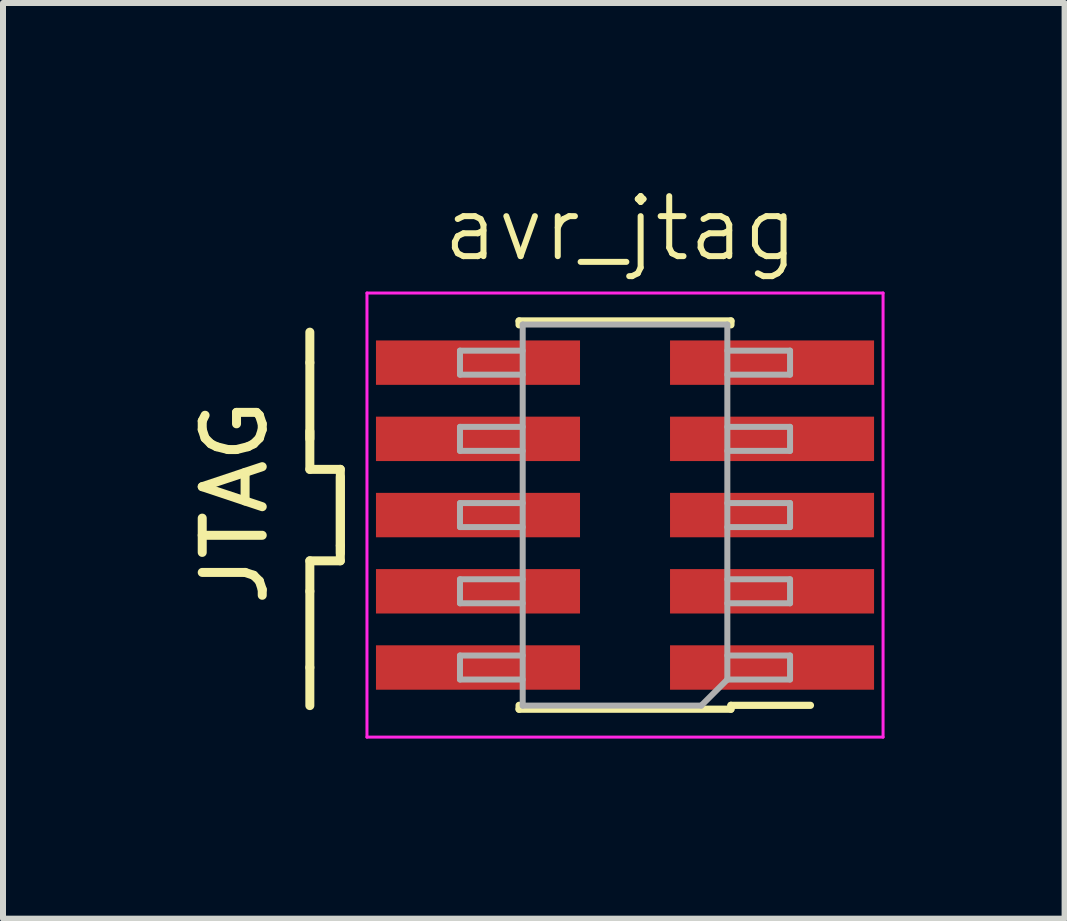
<source format=kicad_pcb>
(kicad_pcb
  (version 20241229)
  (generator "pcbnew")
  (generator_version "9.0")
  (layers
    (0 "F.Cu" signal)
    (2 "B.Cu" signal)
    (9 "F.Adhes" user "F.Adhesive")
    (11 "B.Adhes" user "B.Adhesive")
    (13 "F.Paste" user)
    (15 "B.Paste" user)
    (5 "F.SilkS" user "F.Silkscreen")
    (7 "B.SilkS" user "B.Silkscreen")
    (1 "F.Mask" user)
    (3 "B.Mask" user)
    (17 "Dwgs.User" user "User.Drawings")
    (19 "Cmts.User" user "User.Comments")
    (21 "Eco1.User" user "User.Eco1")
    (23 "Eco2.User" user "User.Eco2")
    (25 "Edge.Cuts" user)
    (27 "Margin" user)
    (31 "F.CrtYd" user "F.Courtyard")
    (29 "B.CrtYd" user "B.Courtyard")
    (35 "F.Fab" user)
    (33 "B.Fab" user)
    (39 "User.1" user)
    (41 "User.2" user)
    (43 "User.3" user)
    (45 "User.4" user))
  (footprint "avr_jtag"
    (layer "F.Cu")
    (at 7.546 5.587)
    (property "Reference" "avr_jtag" (at -0.254 -4.826 0) (unlocked yes) (layer "F.SilkS") (effects (font (size 1 1) (thickness 0.1))))
    (attr smd)
    (fp_line (start -5.433 -2.594) (end -5.433 -3.102) (stroke (width 0.15) (type default)) (layer "F.SilkS"))
    (fp_line (start -5.433 -2.594) (end -5.433 -1.324) (stroke (width 0.15) (type default)) (layer "F.SilkS"))
    (fp_line (start -5.433 -0.816) (end -5.433 -1.451) (stroke (width 0.15) (type default)) (layer "F.SilkS"))
    (fp_line (start -5.433 0.708) (end -5.433 1.216) (stroke (width 0.15) (type default)) (layer "F.SilkS"))
    (fp_line (start -5.433 0.708) (end -4.925 0.708) (stroke (width 0.15) (type default)) (layer "F.SilkS"))
    (fp_line (start -5.433 1.216) (end -5.433 2.486) (stroke (width 0.15) (type default)) (layer "F.SilkS"))
    (fp_line (start -5.433 2.486) (end -5.433 3.121) (stroke (width 0.15) (type default)) (layer "F.SilkS"))
    (fp_line (start -4.925 -0.816) (end -5.433 -0.816) (stroke (width 0.15) (type default)) (layer "F.SilkS"))
    (fp_line (start -4.925 0.454) (end -4.925 -0.816) (stroke (width 0.15) (type default)) (layer "F.SilkS"))
    (fp_line (start -4.925 0.581) (end -4.925 -0.689) (stroke (width 0.15) (type default)) (layer "F.SilkS"))
    (fp_line (start -4.925 0.708) (end -4.925 0.454) (stroke (width 0.15) (type default)) (layer "F.SilkS"))
    (fp_line (start -1.946 -3.224) (end -1.946 -3.289) (stroke (width 0.12) (type solid)) (layer "F.SilkS"))
    (fp_line (start -1.946 3.181) (end -1.946 3.116) (stroke (width 0.12) (type solid)) (layer "F.SilkS"))
    (fp_line (start 1.584 -3.289) (end -1.946 -3.289) (stroke (width 0.12) (type solid)) (layer "F.SilkS"))
    (fp_line (start 1.584 -3.224) (end 1.584 -3.289) (stroke (width 0.12) (type solid)) (layer "F.SilkS"))
    (fp_line (start 1.584 3.181) (end -1.946 3.181) (stroke (width 0.12) (type solid)) (layer "F.SilkS"))
    (fp_line (start 1.584 3.181) (end 1.584 3.116) (stroke (width 0.12) (type solid)) (layer "F.SilkS"))
    (fp_line (start 2.909 3.116) (end 1.584 3.116) (stroke (width 0.12) (type solid)) (layer "F.SilkS"))
    (fp_line (start -4.481 -3.754) (end -4.481 3.646) (stroke (width 0.05) (type solid)) (layer "F.CrtYd"))
    (fp_line (start -4.481 3.646) (end 4.119 3.646) (stroke (width 0.05) (type solid)) (layer "F.CrtYd"))
    (fp_line (start 4.119 -3.754) (end -4.481 -3.754) (stroke (width 0.05) (type solid)) (layer "F.CrtYd"))
    (fp_line (start 4.119 3.646) (end 4.119 -3.754) (stroke (width 0.05) (type solid)) (layer "F.CrtYd"))
    (fp_line (start -2.931 -2.794) (end -1.886 -2.794) (stroke (width 0.1) (type solid)) (layer "F.Fab"))
    (fp_line (start -2.931 -2.394) (end -2.931 -2.794) (stroke (width 0.1) (type solid)) (layer "F.Fab"))
    (fp_line (start -2.931 -1.524) (end -1.886 -1.524) (stroke (width 0.1) (type solid)) (layer "F.Fab"))
    (fp_line (start -2.931 -1.124) (end -2.931 -1.524) (stroke (width 0.1) (type solid)) (layer "F.Fab"))
    (fp_line (start -2.931 -0.254) (end -1.886 -0.254) (stroke (width 0.1) (type solid)) (layer "F.Fab"))
    (fp_line (start -2.931 0.146) (end -2.931 -0.254) (stroke (width 0.1) (type solid)) (layer "F.Fab"))
    (fp_line (start -2.931 1.016) (end -1.886 1.016) (stroke (width 0.1) (type solid)) (layer "F.Fab"))
    (fp_line (start -2.931 1.416) (end -2.931 1.016) (stroke (width 0.1) (type solid)) (layer "F.Fab"))
    (fp_line (start -2.931 2.286) (end -1.886 2.286) (stroke (width 0.1) (type solid)) (layer "F.Fab"))
    (fp_line (start -2.931 2.686) (end -2.931 2.286) (stroke (width 0.1) (type solid)) (layer "F.Fab"))
    (fp_line (start -1.886 -3.229) (end 1.524 -3.229) (stroke (width 0.1) (type solid)) (layer "F.Fab"))
    (fp_line (start -1.886 -2.394) (end -2.931 -2.394) (stroke (width 0.1) (type solid)) (layer "F.Fab"))
    (fp_line (start -1.886 -1.124) (end -2.931 -1.124) (stroke (width 0.1) (type solid)) (layer "F.Fab"))
    (fp_line (start -1.886 0.146) (end -2.931 0.146) (stroke (width 0.1) (type solid)) (layer "F.Fab"))
    (fp_line (start -1.886 1.416) (end -2.931 1.416) (stroke (width 0.1) (type solid)) (layer "F.Fab"))
    (fp_line (start -1.886 2.686) (end -2.931 2.686) (stroke (width 0.1) (type solid)) (layer "F.Fab"))
    (fp_line (start -1.886 3.121) (end -1.886 -3.229) (stroke (width 0.1) (type solid)) (layer "F.Fab"))
    (fp_line (start 1.089 3.121) (end -1.886 3.121) (stroke (width 0.1) (type solid)) (layer "F.Fab"))
    (fp_line (start 1.524 -3.229) (end 1.524 2.686) (stroke (width 0.1) (type solid)) (layer "F.Fab"))
    (fp_line (start 1.524 -2.394) (end 2.569 -2.394) (stroke (width 0.1) (type solid)) (layer "F.Fab"))
    (fp_line (start 1.524 -1.124) (end 2.569 -1.124) (stroke (width 0.1) (type solid)) (layer "F.Fab"))
    (fp_line (start 1.524 0.146) (end 2.569 0.146) (stroke (width 0.1) (type solid)) (layer "F.Fab"))
    (fp_line (start 1.524 1.416) (end 2.569 1.416) (stroke (width 0.1) (type solid)) (layer "F.Fab"))
    (fp_line (start 1.524 2.686) (end 1.089 3.121) (stroke (width 0.1) (type solid)) (layer "F.Fab"))
    (fp_line (start 1.524 2.686) (end 2.569 2.686) (stroke (width 0.1) (type solid)) (layer "F.Fab"))
    (fp_line (start 2.569 -2.794) (end 1.524 -2.794) (stroke (width 0.1) (type solid)) (layer "F.Fab"))
    (fp_line (start 2.569 -2.394) (end 2.569 -2.794) (stroke (width 0.1) (type solid)) (layer "F.Fab"))
    (fp_line (start 2.569 -1.524) (end 1.524 -1.524) (stroke (width 0.1) (type solid)) (layer "F.Fab"))
    (fp_line (start 2.569 -1.124) (end 2.569 -1.524) (stroke (width 0.1) (type solid)) (layer "F.Fab"))
    (fp_line (start 2.569 -0.254) (end 1.524 -0.254) (stroke (width 0.1) (type solid)) (layer "F.Fab"))
    (fp_line (start 2.569 0.146) (end 2.569 -0.254) (stroke (width 0.1) (type solid)) (layer "F.Fab"))
    (fp_line (start 2.569 1.016) (end 1.524 1.016) (stroke (width 0.1) (type solid)) (layer "F.Fab"))
    (fp_line (start 2.569 1.416) (end 2.569 1.016) (stroke (width 0.1) (type solid)) (layer "F.Fab"))
    (fp_line (start 2.569 2.286) (end 1.524 2.286) (stroke (width 0.1) (type solid)) (layer "F.Fab"))
    (fp_line (start 2.569 2.686) (end 2.569 2.286) (stroke (width 0.1) (type solid)) (layer "F.Fab"))
    (fp_text user "JTAG" (at -6.096 1.524 90) (unlocked yes) (layer "F.SilkS") (effects (font (size 1 1) (thickness 0.15)) (justify left bottom)))
    (pad "1" smd rect (at 2.269 2.486 180) (size 3.4 0.74) (layers "F.Cu" "F.Mask" "F.Paste"))
    (pad "2" smd rect (at -2.631 2.486 180) (size 3.4 0.74) (layers "F.Cu" "F.Mask" "F.Paste"))
    (pad "3" smd rect (at 2.269 1.216 180) (size 3.4 0.74) (layers "F.Cu" "F.Mask" "F.Paste"))
    (pad "4" smd rect (at -2.631 1.216 180) (size 3.4 0.74) (layers "F.Cu" "F.Mask" "F.Paste"))
    (pad "5" smd rect (at 2.269 -0.054 180) (size 3.4 0.74) (layers "F.Cu" "F.Mask" "F.Paste"))
    (pad "6" smd rect (at -2.631 -0.054 180) (size 3.4 0.74) (layers "F.Cu" "F.Mask" "F.Paste"))
    (pad "7" smd rect (at 2.269 -1.324 180) (size 3.4 0.74) (layers "F.Cu" "F.Mask" "F.Paste"))
    (pad "8" smd rect (at -2.631 -1.324 180) (size 3.4 0.74) (layers "F.Cu" "F.Mask" "F.Paste"))
    (pad "9" smd rect (at 2.269 -2.594 180) (size 3.4 0.74) (layers "F.Cu" "F.Mask" "F.Paste"))
    (pad "10" smd rect (at -2.631 -2.594 180) (size 3.4 0.74) (layers "F.Cu" "F.Mask" "F.Paste")))
  (gr_rect
    (start -3 -3)
    (end 14.69 12.258)
    (stroke (width 0.1) (type default))
    (fill no)
    (layer "Edge.Cuts")))
</source>
